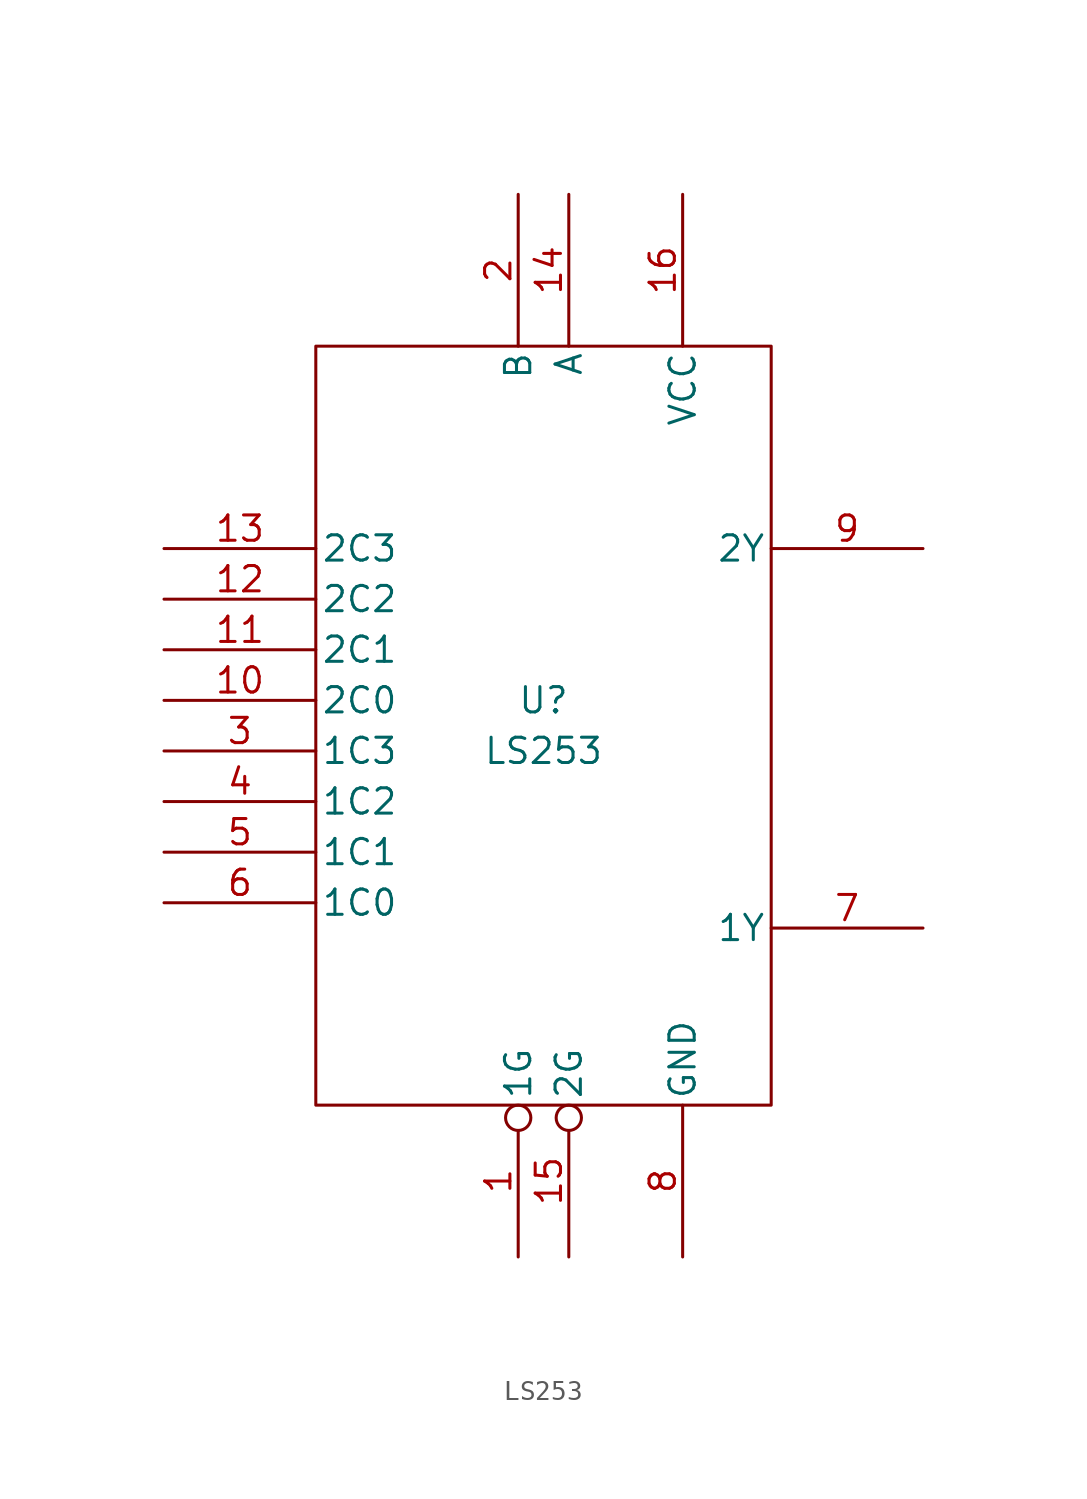
<source format=kicad_sym>
(kicad_symbol_lib
  (version 20211014)
  (generator kicad_symbol_editor)
  (symbol "LS253"
    (pin_names
      (offset 0.254))
    (property "Reference" "U"
      (at 0 1.27 0)
      (effects (font (size 1.27 1.27))))
    (property "Value" "LS253"
      (at 0 -1.27 0)
      (effects (font (size 1.27 1.27))))
    (symbol "LS253_0_0"
      (pin power_in line (at 6.985 26.67 270) (length 7.62) (name "VCC" (effects (font (size 1.27 1.27)))) (number "16" (effects (font (size 1.27 1.27))))))
    (symbol "LS253_0_1"
      (rectangle (start -11.43 19.05) (end 11.43 -19.05) (stroke (width 0) (type default) (color 0 0 0 0)) (fill (type none))))
    (symbol "LS253_1_0"
      (pin power_in line (at 6.985 -26.67 90) (length 7.62) (name "GND" (effects (font (size 1.27 1.27)))) (number "8" (effects (font (size 1.27 1.27))))))
    (symbol "LS253_1_1"
      (pin input inverted (at -1.27 -26.67 90) (length 7.62) (name "1G" (effects (font (size 1.27 1.27)))) (number "1" (effects (font (size 1.27 1.27)))))
      (pin input line (at -19.05 1.27 0) (length 7.62) (name "2C0" (effects (font (size 1.27 1.27)))) (number "10" (effects (font (size 1.27 1.27)))))
      (pin input line (at -19.05 3.81 0) (length 7.62) (name "2C1" (effects (font (size 1.27 1.27)))) (number "11" (effects (font (size 1.27 1.27)))))
      (pin input line (at -19.05 6.35 0) (length 7.62) (name "2C2" (effects (font (size 1.27 1.27)))) (number "12" (effects (font (size 1.27 1.27)))))
      (pin input line (at -19.05 8.89 0) (length 7.62) (name "2C3" (effects (font (size 1.27 1.27)))) (number "13" (effects (font (size 1.27 1.27)))))
      (pin input line (at 1.27 26.67 270) (length 7.62) (name "A" (effects (font (size 1.27 1.27)))) (number "14" (effects (font (size 1.27 1.27)))))
      (pin input inverted (at 1.27 -26.67 90) (length 7.62) (name "2G" (effects (font (size 1.27 1.27)))) (number "15" (effects (font (size 1.27 1.27)))))
      (pin input line (at -1.27 26.67 270) (length 7.62) (name "B" (effects (font (size 1.27 1.27)))) (number "2" (effects (font (size 1.27 1.27)))))
      (pin input line (at -19.05 -1.27 0) (length 7.62) (name "1C3" (effects (font (size 1.27 1.27)))) (number "3" (effects (font (size 1.27 1.27)))))
      (pin input line (at -19.05 -3.81 0) (length 7.62) (name "1C2" (effects (font (size 1.27 1.27)))) (number "4" (effects (font (size 1.27 1.27)))))
      (pin input line (at -19.05 -6.35 0) (length 7.62) (name "1C1" (effects (font (size 1.27 1.27)))) (number "5" (effects (font (size 1.27 1.27)))))
      (pin input line (at -19.05 -8.89 0) (length 7.62) (name "1C0" (effects (font (size 1.27 1.27)))) (number "6" (effects (font (size 1.27 1.27)))))
      (pin tri_state line (at 19.05 -10.16 180) (length 7.62) (name "1Y" (effects (font (size 1.27 1.27)))) (number "7" (effects (font (size 1.27 1.27)))))
      (pin tri_state line (at 19.05 8.89 180) (length 7.62) (name "2Y" (effects (font (size 1.27 1.27)))) (number "9" (effects (font (size 1.27 1.27))))))))
</source>
